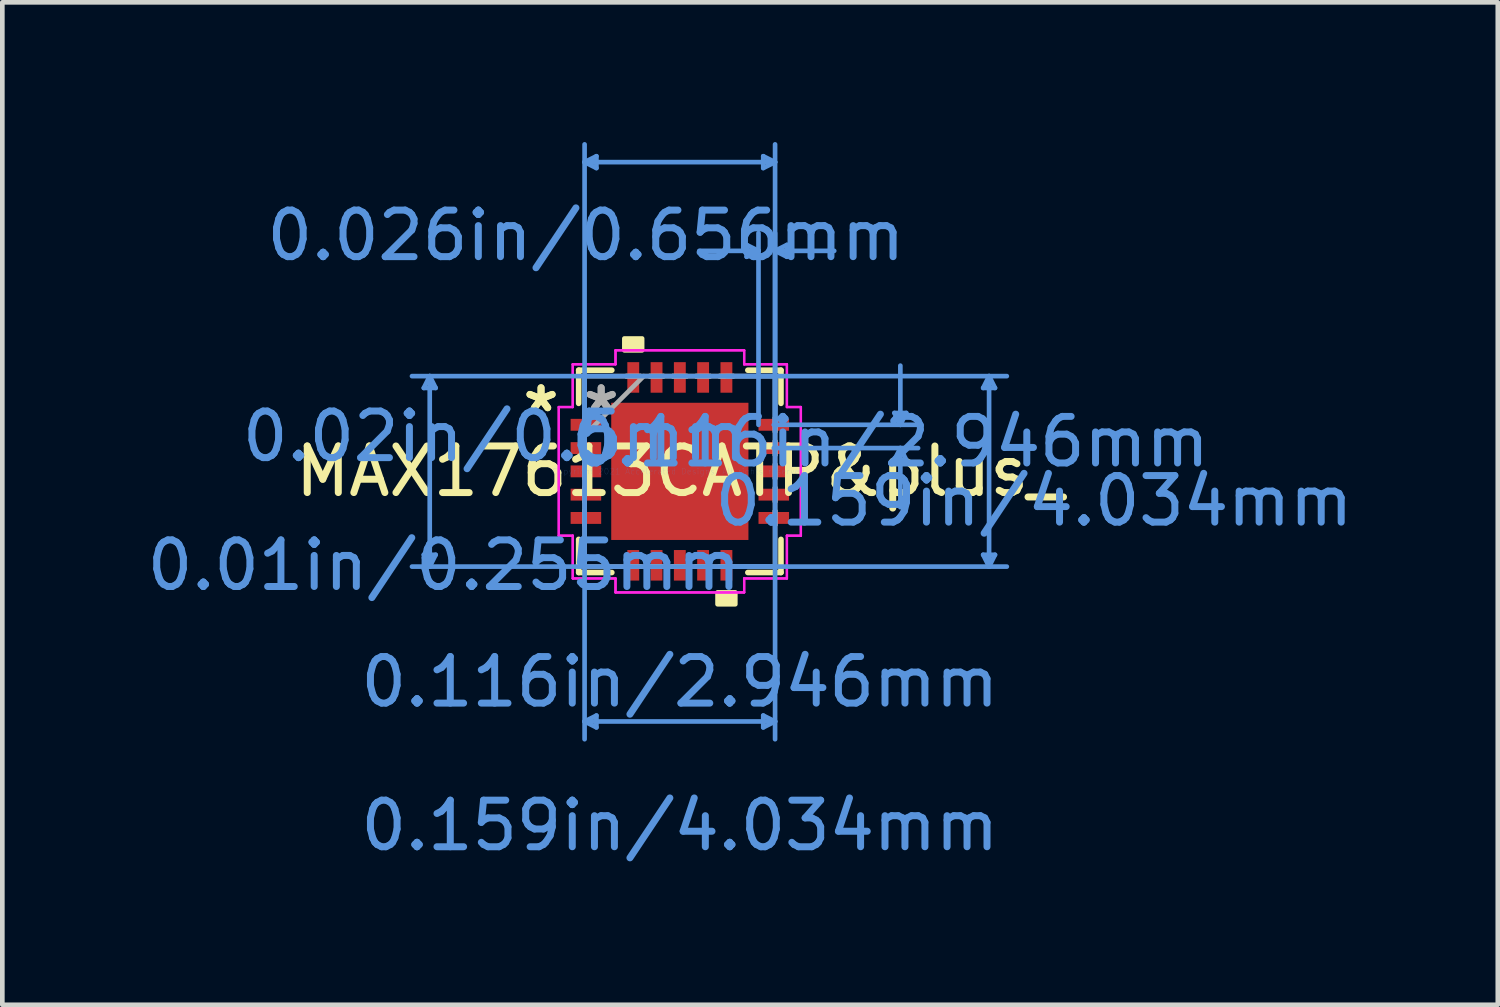
<source format=kicad_pcb>
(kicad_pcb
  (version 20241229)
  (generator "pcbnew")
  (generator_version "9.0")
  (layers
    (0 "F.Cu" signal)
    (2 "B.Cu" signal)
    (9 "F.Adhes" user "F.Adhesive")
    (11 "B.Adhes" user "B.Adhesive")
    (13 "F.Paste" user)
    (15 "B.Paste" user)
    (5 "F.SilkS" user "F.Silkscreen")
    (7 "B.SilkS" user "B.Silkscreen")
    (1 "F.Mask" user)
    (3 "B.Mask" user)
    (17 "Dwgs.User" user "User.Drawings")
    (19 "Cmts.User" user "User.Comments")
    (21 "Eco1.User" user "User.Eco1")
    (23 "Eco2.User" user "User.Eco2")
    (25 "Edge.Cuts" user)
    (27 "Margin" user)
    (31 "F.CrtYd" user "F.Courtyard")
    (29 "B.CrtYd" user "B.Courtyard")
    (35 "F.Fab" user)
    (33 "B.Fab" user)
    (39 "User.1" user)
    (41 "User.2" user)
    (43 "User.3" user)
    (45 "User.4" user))
  (footprint "MAX17613CATP&plus_"
    (layer "F.Cu")
    (at 11.547 7.071)
    (property "Reference" "MAX17613CATP&plus_" (at 0 0 0) (layer "F.SilkS") (effects (font (size 1 1) (thickness 0.15))))
    (attr through_hole)
    (fp_line (start -2.172 -2.172) (end -2.172 -1.46) (stroke (width 0.12) (type solid)) (layer "F.SilkS"))
    (fp_line (start -2.172 1.46) (end -2.172 2.172) (stroke (width 0.12) (type solid)) (layer "F.SilkS"))
    (fp_line (start -2.172 2.172) (end -1.46 2.172) (stroke (width 0.12) (type solid)) (layer "F.SilkS"))
    (fp_line (start -1.46 -2.172) (end -2.172 -2.172) (stroke (width 0.12) (type solid)) (layer "F.SilkS"))
    (fp_line (start 1.46 2.172) (end 2.172 2.172) (stroke (width 0.12) (type solid)) (layer "F.SilkS"))
    (fp_line (start 2.172 -2.172) (end 1.46 -2.172) (stroke (width 0.12) (type solid)) (layer "F.SilkS"))
    (fp_line (start 2.172 -1.46) (end 2.172 -2.172) (stroke (width 0.12) (type solid)) (layer "F.SilkS"))
    (fp_line (start 2.172 2.172) (end 2.172 1.46) (stroke (width 0.12) (type solid)) (layer "F.SilkS"))
    (fp_poly (pts (xy -1.191 -2.599) (xy -1.191 -2.853) (xy -0.81 -2.853) (xy -0.81 -2.599)) (stroke (width 0.1) (type solid)) (fill yes) (layer "F.SilkS"))
    (fp_poly (pts (xy 0.81 2.599) (xy 0.81 2.853) (xy 1.191 2.853) (xy 1.191 2.599)) (stroke (width 0.1) (type solid)) (fill yes) (layer "F.SilkS"))
    (fp_poly (pts (xy -1.373 -1.373) (xy -1.373 -0.1) (xy -0.1 -0.1) (xy -0.1 -1.373)) (stroke (width 0.1) (type solid)) (fill yes) (layer "F.Paste"))
    (fp_poly (pts (xy -1.373 0.1) (xy -1.373 1.373) (xy -0.1 1.373) (xy -0.1 0.1)) (stroke (width 0.1) (type solid)) (fill yes) (layer "F.Paste"))
    (fp_poly (pts (xy 0.1 -1.373) (xy 0.1 -0.1) (xy 1.373 -0.1) (xy 1.373 -1.373)) (stroke (width 0.1) (type solid)) (fill yes) (layer "F.Paste"))
    (fp_poly (pts (xy 0.1 0.1) (xy 0.1 1.373) (xy 1.373 1.373) (xy 1.373 0.1)) (stroke (width 0.1) (type solid)) (fill yes) (layer "F.Paste"))
    (fp_line (start -5.497 -1.791) (end -5.243 -1.791) (stroke (width 0.1) (type solid)) (layer "Cmts.User"))
    (fp_line (start -5.497 1.791) (end -5.243 1.791) (stroke (width 0.1) (type solid)) (layer "Cmts.User"))
    (fp_line (start -5.37 -2.045) (end -5.497 -1.791) (stroke (width 0.1) (type solid)) (layer "Cmts.User"))
    (fp_line (start -5.37 -2.045) (end -5.37 2.045) (stroke (width 0.1) (type solid)) (layer "Cmts.User"))
    (fp_line (start -5.37 -2.045) (end -5.243 -1.791) (stroke (width 0.1) (type solid)) (layer "Cmts.User"))
    (fp_line (start -5.37 2.045) (end -5.497 1.791) (stroke (width 0.1) (type solid)) (layer "Cmts.User"))
    (fp_line (start -5.37 2.045) (end -5.243 1.791) (stroke (width 0.1) (type solid)) (layer "Cmts.User"))
    (fp_line (start -2.045 -6.64) (end -1.791 -6.767) (stroke (width 0.1) (type solid)) (layer "Cmts.User"))
    (fp_line (start -2.045 -6.64) (end -1.791 -6.513) (stroke (width 0.1) (type solid)) (layer "Cmts.User"))
    (fp_line (start -2.045 -6.64) (end 2.045 -6.64) (stroke (width 0.1) (type solid)) (layer "Cmts.User"))
    (fp_line (start -2.045 -2.045) (end -2.045 5.751) (stroke (width 0.1) (type solid)) (layer "Cmts.User"))
    (fp_line (start -2.045 -1) (end -2.045 -7.021) (stroke (width 0.1) (type solid)) (layer "Cmts.User"))
    (fp_line (start -2.045 5.37) (end -1.791 5.243) (stroke (width 0.1) (type solid)) (layer "Cmts.User"))
    (fp_line (start -2.045 5.37) (end -1.791 5.497) (stroke (width 0.1) (type solid)) (layer "Cmts.User"))
    (fp_line (start -2.045 5.37) (end 2.045 5.37) (stroke (width 0.1) (type solid)) (layer "Cmts.User"))
    (fp_line (start -1.791 -6.767) (end -1.791 -6.513) (stroke (width 0.1) (type solid)) (layer "Cmts.User"))
    (fp_line (start -1.791 5.243) (end -1.791 5.497) (stroke (width 0.1) (type solid)) (layer "Cmts.User"))
    (fp_line (start 1 -2.045) (end 7.021 -2.045) (stroke (width 0.1) (type solid)) (layer "Cmts.User"))
    (fp_line (start 1 2.045) (end 7.021 2.045) (stroke (width 0.1) (type solid)) (layer "Cmts.User"))
    (fp_line (start 1.435 -4.862) (end 1.435 -4.608) (stroke (width 0.1) (type solid)) (layer "Cmts.User"))
    (fp_line (start 1.689 -4.735) (end 0.419 -4.735) (stroke (width 0.1) (type solid)) (layer "Cmts.User"))
    (fp_line (start 1.689 -4.735) (end 1.435 -4.862) (stroke (width 0.1) (type solid)) (layer "Cmts.User"))
    (fp_line (start 1.689 -4.735) (end 1.435 -4.608) (stroke (width 0.1) (type solid)) (layer "Cmts.User"))
    (fp_line (start 1.689 -1) (end 1.689 -5.116) (stroke (width 0.1) (type solid)) (layer "Cmts.User"))
    (fp_line (start 1.791 -6.767) (end 1.791 -6.513) (stroke (width 0.1) (type solid)) (layer "Cmts.User"))
    (fp_line (start 1.791 5.243) (end 1.791 5.497) (stroke (width 0.1) (type solid)) (layer "Cmts.User"))
    (fp_line (start 2.017 -1) (end 5.116 -1) (stroke (width 0.1) (type solid)) (layer "Cmts.User"))
    (fp_line (start 2.017 -0.5) (end 5.116 -0.5) (stroke (width 0.1) (type solid)) (layer "Cmts.User"))
    (fp_line (start 2.045 -6.64) (end 1.791 -6.767) (stroke (width 0.1) (type solid)) (layer "Cmts.User"))
    (fp_line (start 2.045 -6.64) (end 1.791 -6.513) (stroke (width 0.1) (type solid)) (layer "Cmts.User"))
    (fp_line (start 2.045 -4.735) (end 2.299 -4.862) (stroke (width 0.1) (type solid)) (layer "Cmts.User"))
    (fp_line (start 2.045 -4.735) (end 2.299 -4.608) (stroke (width 0.1) (type solid)) (layer "Cmts.User"))
    (fp_line (start 2.045 -4.735) (end 3.315 -4.735) (stroke (width 0.1) (type solid)) (layer "Cmts.User"))
    (fp_line (start 2.045 -2.045) (end -5.751 -2.045) (stroke (width 0.1) (type solid)) (layer "Cmts.User"))
    (fp_line (start 2.045 -2.045) (end 2.045 5.751) (stroke (width 0.1) (type solid)) (layer "Cmts.User"))
    (fp_line (start 2.045 -1) (end 2.045 -7.021) (stroke (width 0.1) (type solid)) (layer "Cmts.User"))
    (fp_line (start 2.045 -1) (end 2.045 -5.116) (stroke (width 0.1) (type solid)) (layer "Cmts.User"))
    (fp_line (start 2.045 2.045) (end -5.751 2.045) (stroke (width 0.1) (type solid)) (layer "Cmts.User"))
    (fp_line (start 2.045 5.37) (end 1.791 5.243) (stroke (width 0.1) (type solid)) (layer "Cmts.User"))
    (fp_line (start 2.045 5.37) (end 1.791 5.497) (stroke (width 0.1) (type solid)) (layer "Cmts.User"))
    (fp_line (start 2.299 -4.862) (end 2.299 -4.608) (stroke (width 0.1) (type solid)) (layer "Cmts.User"))
    (fp_line (start 4.608 -1.254) (end 4.862 -1.254) (stroke (width 0.1) (type solid)) (layer "Cmts.User"))
    (fp_line (start 4.608 -0.246) (end 4.862 -0.246) (stroke (width 0.1) (type solid)) (layer "Cmts.User"))
    (fp_line (start 4.735 -1) (end 4.608 -1.254) (stroke (width 0.1) (type solid)) (layer "Cmts.User"))
    (fp_line (start 4.735 -1) (end 4.735 -2.27) (stroke (width 0.1) (type solid)) (layer "Cmts.User"))
    (fp_line (start 4.735 -1) (end 4.862 -1.254) (stroke (width 0.1) (type solid)) (layer "Cmts.User"))
    (fp_line (start 4.735 -0.5) (end 4.608 -0.246) (stroke (width 0.1) (type solid)) (layer "Cmts.User"))
    (fp_line (start 4.735 -0.5) (end 4.735 0.77) (stroke (width 0.1) (type solid)) (layer "Cmts.User"))
    (fp_line (start 4.735 -0.5) (end 4.862 -0.246) (stroke (width 0.1) (type solid)) (layer "Cmts.User"))
    (fp_line (start 6.513 -1.791) (end 6.767 -1.791) (stroke (width 0.1) (type solid)) (layer "Cmts.User"))
    (fp_line (start 6.513 1.791) (end 6.767 1.791) (stroke (width 0.1) (type solid)) (layer "Cmts.User"))
    (fp_line (start 6.64 -2.045) (end 6.513 -1.791) (stroke (width 0.1) (type solid)) (layer "Cmts.User"))
    (fp_line (start 6.64 -2.045) (end 6.64 2.045) (stroke (width 0.1) (type solid)) (layer "Cmts.User"))
    (fp_line (start 6.64 -2.045) (end 6.767 -1.791) (stroke (width 0.1) (type solid)) (layer "Cmts.User"))
    (fp_line (start 6.64 2.045) (end 6.513 1.791) (stroke (width 0.1) (type solid)) (layer "Cmts.User"))
    (fp_line (start 6.64 2.045) (end 6.767 1.791) (stroke (width 0.1) (type solid)) (layer "Cmts.User"))
    (fp_line (start -2.599 -1.381) (end -2.299 -1.381) (stroke (width 0.05) (type solid)) (layer "F.CrtYd"))
    (fp_line (start -2.599 -1.381) (end -2.299 -1.381) (stroke (width 0.05) (type solid)) (layer "F.CrtYd"))
    (fp_line (start -2.599 1.381) (end -2.599 -1.381) (stroke (width 0.05) (type solid)) (layer "F.CrtYd"))
    (fp_line (start -2.599 1.381) (end -2.599 -1.381) (stroke (width 0.05) (type solid)) (layer "F.CrtYd"))
    (fp_line (start -2.299 -2.299) (end -1.381 -2.299) (stroke (width 0.05) (type solid)) (layer "F.CrtYd"))
    (fp_line (start -2.299 -2.299) (end -1.381 -2.299) (stroke (width 0.05) (type solid)) (layer "F.CrtYd"))
    (fp_line (start -2.299 -1.381) (end -2.299 -2.299) (stroke (width 0.05) (type solid)) (layer "F.CrtYd"))
    (fp_line (start -2.299 -1.381) (end -2.299 -2.299) (stroke (width 0.05) (type solid)) (layer "F.CrtYd"))
    (fp_line (start -2.299 1.381) (end -2.599 1.381) (stroke (width 0.05) (type solid)) (layer "F.CrtYd"))
    (fp_line (start -2.299 1.381) (end -2.599 1.381) (stroke (width 0.05) (type solid)) (layer "F.CrtYd"))
    (fp_line (start -2.299 2.299) (end -2.299 1.381) (stroke (width 0.05) (type solid)) (layer "F.CrtYd"))
    (fp_line (start -2.299 2.299) (end -2.299 1.381) (stroke (width 0.05) (type solid)) (layer "F.CrtYd"))
    (fp_line (start -1.381 -2.599) (end 1.381 -2.599) (stroke (width 0.05) (type solid)) (layer "F.CrtYd"))
    (fp_line (start -1.381 -2.599) (end 1.381 -2.599) (stroke (width 0.05) (type solid)) (layer "F.CrtYd"))
    (fp_line (start -1.381 -2.299) (end -1.381 -2.599) (stroke (width 0.05) (type solid)) (layer "F.CrtYd"))
    (fp_line (start -1.381 -2.299) (end -1.381 -2.599) (stroke (width 0.05) (type solid)) (layer "F.CrtYd"))
    (fp_line (start -1.381 2.299) (end -2.299 2.299) (stroke (width 0.05) (type solid)) (layer "F.CrtYd"))
    (fp_line (start -1.381 2.299) (end -2.299 2.299) (stroke (width 0.05) (type solid)) (layer "F.CrtYd"))
    (fp_line (start -1.381 2.599) (end -1.381 2.299) (stroke (width 0.05) (type solid)) (layer "F.CrtYd"))
    (fp_line (start -1.381 2.599) (end -1.381 2.299) (stroke (width 0.05) (type solid)) (layer "F.CrtYd"))
    (fp_line (start 1.381 -2.599) (end 1.381 -2.299) (stroke (width 0.05) (type solid)) (layer "F.CrtYd"))
    (fp_line (start 1.381 -2.599) (end 1.381 -2.299) (stroke (width 0.05) (type solid)) (layer "F.CrtYd"))
    (fp_line (start 1.381 -2.299) (end 2.299 -2.299) (stroke (width 0.05) (type solid)) (layer "F.CrtYd"))
    (fp_line (start 1.381 -2.299) (end 2.299 -2.299) (stroke (width 0.05) (type solid)) (layer "F.CrtYd"))
    (fp_line (start 1.381 2.299) (end 1.381 2.599) (stroke (width 0.05) (type solid)) (layer "F.CrtYd"))
    (fp_line (start 1.381 2.299) (end 1.381 2.599) (stroke (width 0.05) (type solid)) (layer "F.CrtYd"))
    (fp_line (start 1.381 2.599) (end -1.381 2.599) (stroke (width 0.05) (type solid)) (layer "F.CrtYd"))
    (fp_line (start 1.381 2.599) (end -1.381 2.599) (stroke (width 0.05) (type solid)) (layer "F.CrtYd"))
    (fp_line (start 2.299 -2.299) (end 2.299 -1.381) (stroke (width 0.05) (type solid)) (layer "F.CrtYd"))
    (fp_line (start 2.299 -2.299) (end 2.299 -1.381) (stroke (width 0.05) (type solid)) (layer "F.CrtYd"))
    (fp_line (start 2.299 -1.381) (end 2.599 -1.381) (stroke (width 0.05) (type solid)) (layer "F.CrtYd"))
    (fp_line (start 2.299 -1.381) (end 2.599 -1.381) (stroke (width 0.05) (type solid)) (layer "F.CrtYd"))
    (fp_line (start 2.299 1.381) (end 2.299 2.299) (stroke (width 0.05) (type solid)) (layer "F.CrtYd"))
    (fp_line (start 2.299 1.381) (end 2.299 2.299) (stroke (width 0.05) (type solid)) (layer "F.CrtYd"))
    (fp_line (start 2.299 2.299) (end 1.381 2.299) (stroke (width 0.05) (type solid)) (layer "F.CrtYd"))
    (fp_line (start 2.299 2.299) (end 1.381 2.299) (stroke (width 0.05) (type solid)) (layer "F.CrtYd"))
    (fp_line (start 2.599 -1.381) (end 2.599 1.381) (stroke (width 0.05) (type solid)) (layer "F.CrtYd"))
    (fp_line (start 2.599 -1.381) (end 2.599 1.381) (stroke (width 0.05) (type solid)) (layer "F.CrtYd"))
    (fp_line (start 2.599 1.381) (end 2.299 1.381) (stroke (width 0.05) (type solid)) (layer "F.CrtYd"))
    (fp_line (start 2.599 1.381) (end 2.299 1.381) (stroke (width 0.05) (type solid)) (layer "F.CrtYd"))
    (fp_line (start -2.045 -2.045) (end -2.045 -2.045) (stroke (width 0.1) (type solid)) (layer "F.Fab"))
    (fp_line (start -2.045 -2.045) (end -2.045 2.045) (stroke (width 0.1) (type solid)) (layer "F.Fab"))
    (fp_line (start -2.045 -1.152) (end -2.045 -1.152) (stroke (width 0.1) (type solid)) (layer "F.Fab"))
    (fp_line (start -2.045 -1.152) (end -2.045 -0.848) (stroke (width 0.1) (type solid)) (layer "F.Fab"))
    (fp_line (start -2.045 -0.848) (end -2.045 -1.152) (stroke (width 0.1) (type solid)) (layer "F.Fab"))
    (fp_line (start -2.045 -0.848) (end -2.045 -0.848) (stroke (width 0.1) (type solid)) (layer "F.Fab"))
    (fp_line (start -2.045 -0.775) (end -0.775 -2.045) (stroke (width 0.1) (type solid)) (layer "F.Fab"))
    (fp_line (start -2.045 -0.652) (end -2.045 -0.652) (stroke (width 0.1) (type solid)) (layer "F.Fab"))
    (fp_line (start -2.045 -0.652) (end -2.045 -0.348) (stroke (width 0.1) (type solid)) (layer "F.Fab"))
    (fp_line (start -2.045 -0.348) (end -2.045 -0.652) (stroke (width 0.1) (type solid)) (layer "F.Fab"))
    (fp_line (start -2.045 -0.348) (end -2.045 -0.348) (stroke (width 0.1) (type solid)) (layer "F.Fab"))
    (fp_line (start -2.045 -0.152) (end -2.045 -0.152) (stroke (width 0.1) (type solid)) (layer "F.Fab"))
    (fp_line (start -2.045 -0.152) (end -2.045 0.152) (stroke (width 0.1) (type solid)) (layer "F.Fab"))
    (fp_line (start -2.045 0.152) (end -2.045 -0.152) (stroke (width 0.1) (type solid)) (layer "F.Fab"))
    (fp_line (start -2.045 0.152) (end -2.045 0.152) (stroke (width 0.1) (type solid)) (layer "F.Fab"))
    (fp_line (start -2.045 0.348) (end -2.045 0.348) (stroke (width 0.1) (type solid)) (layer "F.Fab"))
    (fp_line (start -2.045 0.348) (end -2.045 0.652) (stroke (width 0.1) (type solid)) (layer "F.Fab"))
    (fp_line (start -2.045 0.652) (end -2.045 0.348) (stroke (width 0.1) (type solid)) (layer "F.Fab"))
    (fp_line (start -2.045 0.652) (end -2.045 0.652) (stroke (width 0.1) (type solid)) (layer "F.Fab"))
    (fp_line (start -2.045 0.848) (end -2.045 0.848) (stroke (width 0.1) (type solid)) (layer "F.Fab"))
    (fp_line (start -2.045 0.848) (end -2.045 1.152) (stroke (width 0.1) (type solid)) (layer "F.Fab"))
    (fp_line (start -2.045 1.152) (end -2.045 0.848) (stroke (width 0.1) (type solid)) (layer "F.Fab"))
    (fp_line (start -2.045 1.152) (end -2.045 1.152) (stroke (width 0.1) (type solid)) (layer "F.Fab"))
    (fp_line (start -2.045 2.045) (end -2.045 2.045) (stroke (width 0.1) (type solid)) (layer "F.Fab"))
    (fp_line (start -2.045 2.045) (end 2.045 2.045) (stroke (width 0.1) (type solid)) (layer "F.Fab"))
    (fp_line (start -1.152 -2.045) (end -1.152 -2.045) (stroke (width 0.1) (type solid)) (layer "F.Fab"))
    (fp_line (start -1.152 -2.045) (end -0.848 -2.045) (stroke (width 0.1) (type solid)) (layer "F.Fab"))
    (fp_line (start -1.152 2.045) (end -1.152 2.045) (stroke (width 0.1) (type solid)) (layer "F.Fab"))
    (fp_line (start -1.152 2.045) (end -0.848 2.045) (stroke (width 0.1) (type solid)) (layer "F.Fab"))
    (fp_line (start -0.848 -2.045) (end -1.152 -2.045) (stroke (width 0.1) (type solid)) (layer "F.Fab"))
    (fp_line (start -0.848 -2.045) (end -0.848 -2.045) (stroke (width 0.1) (type solid)) (layer "F.Fab"))
    (fp_line (start -0.848 2.045) (end -1.152 2.045) (stroke (width 0.1) (type solid)) (layer "F.Fab"))
    (fp_line (start -0.848 2.045) (end -0.848 2.045) (stroke (width 0.1) (type solid)) (layer "F.Fab"))
    (fp_line (start -0.652 -2.045) (end -0.652 -2.045) (stroke (width 0.1) (type solid)) (layer "F.Fab"))
    (fp_line (start -0.652 -2.045) (end -0.348 -2.045) (stroke (width 0.1) (type solid)) (layer "F.Fab"))
    (fp_line (start -0.652 2.045) (end -0.652 2.045) (stroke (width 0.1) (type solid)) (layer "F.Fab"))
    (fp_line (start -0.652 2.045) (end -0.348 2.045) (stroke (width 0.1) (type solid)) (layer "F.Fab"))
    (fp_line (start -0.348 -2.045) (end -0.652 -2.045) (stroke (width 0.1) (type solid)) (layer "F.Fab"))
    (fp_line (start -0.348 -2.045) (end -0.348 -2.045) (stroke (width 0.1) (type solid)) (layer "F.Fab"))
    (fp_line (start -0.348 2.045) (end -0.652 2.045) (stroke (width 0.1) (type solid)) (layer "F.Fab"))
    (fp_line (start -0.348 2.045) (end -0.348 2.045) (stroke (width 0.1) (type solid)) (layer "F.Fab"))
    (fp_line (start -0.152 -2.045) (end -0.152 -2.045) (stroke (width 0.1) (type solid)) (layer "F.Fab"))
    (fp_line (start -0.152 -2.045) (end 0.152 -2.045) (stroke (width 0.1) (type solid)) (layer "F.Fab"))
    (fp_line (start -0.152 2.045) (end -0.152 2.045) (stroke (width 0.1) (type solid)) (layer "F.Fab"))
    (fp_line (start -0.152 2.045) (end 0.152 2.045) (stroke (width 0.1) (type solid)) (layer "F.Fab"))
    (fp_line (start 0.152 -2.045) (end -0.152 -2.045) (stroke (width 0.1) (type solid)) (layer "F.Fab"))
    (fp_line (start 0.152 -2.045) (end 0.152 -2.045) (stroke (width 0.1) (type solid)) (layer "F.Fab"))
    (fp_line (start 0.152 2.045) (end -0.152 2.045) (stroke (width 0.1) (type solid)) (layer "F.Fab"))
    (fp_line (start 0.152 2.045) (end 0.152 2.045) (stroke (width 0.1) (type solid)) (layer "F.Fab"))
    (fp_line (start 0.348 -2.045) (end 0.348 -2.045) (stroke (width 0.1) (type solid)) (layer "F.Fab"))
    (fp_line (start 0.348 -2.045) (end 0.652 -2.045) (stroke (width 0.1) (type solid)) (layer "F.Fab"))
    (fp_line (start 0.348 2.045) (end 0.348 2.045) (stroke (width 0.1) (type solid)) (layer "F.Fab"))
    (fp_line (start 0.348 2.045) (end 0.652 2.045) (stroke (width 0.1) (type solid)) (layer "F.Fab"))
    (fp_line (start 0.652 -2.045) (end 0.348 -2.045) (stroke (width 0.1) (type solid)) (layer "F.Fab"))
    (fp_line (start 0.652 -2.045) (end 0.652 -2.045) (stroke (width 0.1) (type solid)) (layer "F.Fab"))
    (fp_line (start 0.652 2.045) (end 0.348 2.045) (stroke (width 0.1) (type solid)) (layer "F.Fab"))
    (fp_line (start 0.652 2.045) (end 0.652 2.045) (stroke (width 0.1) (type solid)) (layer "F.Fab"))
    (fp_line (start 0.848 -2.045) (end 0.848 -2.045) (stroke (width 0.1) (type solid)) (layer "F.Fab"))
    (fp_line (start 0.848 -2.045) (end 1.152 -2.045) (stroke (width 0.1) (type solid)) (layer "F.Fab"))
    (fp_line (start 0.848 2.045) (end 0.848 2.045) (stroke (width 0.1) (type solid)) (layer "F.Fab"))
    (fp_line (start 0.848 2.045) (end 1.152 2.045) (stroke (width 0.1) (type solid)) (layer "F.Fab"))
    (fp_line (start 1.152 -2.045) (end 0.848 -2.045) (stroke (width 0.1) (type solid)) (layer "F.Fab"))
    (fp_line (start 1.152 -2.045) (end 1.152 -2.045) (stroke (width 0.1) (type solid)) (layer "F.Fab"))
    (fp_line (start 1.152 2.045) (end 0.848 2.045) (stroke (width 0.1) (type solid)) (layer "F.Fab"))
    (fp_line (start 1.152 2.045) (end 1.152 2.045) (stroke (width 0.1) (type solid)) (layer "F.Fab"))
    (fp_line (start 2.045 -2.045) (end -2.045 -2.045) (stroke (width 0.1) (type solid)) (layer "F.Fab"))
    (fp_line (start 2.045 -2.045) (end 2.045 -2.045) (stroke (width 0.1) (type solid)) (layer "F.Fab"))
    (fp_line (start 2.045 -1.152) (end 2.045 -1.152) (stroke (width 0.1) (type solid)) (layer "F.Fab"))
    (fp_line (start 2.045 -1.152) (end 2.045 -0.848) (stroke (width 0.1) (type solid)) (layer "F.Fab"))
    (fp_line (start 2.045 -0.848) (end 2.045 -1.152) (stroke (width 0.1) (type solid)) (layer "F.Fab"))
    (fp_line (start 2.045 -0.848) (end 2.045 -0.848) (stroke (width 0.1) (type solid)) (layer "F.Fab"))
    (fp_line (start 2.045 -0.652) (end 2.045 -0.652) (stroke (width 0.1) (type solid)) (layer "F.Fab"))
    (fp_line (start 2.045 -0.652) (end 2.045 -0.348) (stroke (width 0.1) (type solid)) (layer "F.Fab"))
    (fp_line (start 2.045 -0.348) (end 2.045 -0.652) (stroke (width 0.1) (type solid)) (layer "F.Fab"))
    (fp_line (start 2.045 -0.348) (end 2.045 -0.348) (stroke (width 0.1) (type solid)) (layer "F.Fab"))
    (fp_line (start 2.045 -0.152) (end 2.045 -0.152) (stroke (width 0.1) (type solid)) (layer "F.Fab"))
    (fp_line (start 2.045 -0.152) (end 2.045 0.152) (stroke (width 0.1) (type solid)) (layer "F.Fab"))
    (fp_line (start 2.045 0.152) (end 2.045 -0.152) (stroke (width 0.1) (type solid)) (layer "F.Fab"))
    (fp_line (start 2.045 0.152) (end 2.045 0.152) (stroke (width 0.1) (type solid)) (layer "F.Fab"))
    (fp_line (start 2.045 0.348) (end 2.045 0.348) (stroke (width 0.1) (type solid)) (layer "F.Fab"))
    (fp_line (start 2.045 0.348) (end 2.045 0.652) (stroke (width 0.1) (type solid)) (layer "F.Fab"))
    (fp_line (start 2.045 0.652) (end 2.045 0.348) (stroke (width 0.1) (type solid)) (layer "F.Fab"))
    (fp_line (start 2.045 0.652) (end 2.045 0.652) (stroke (width 0.1) (type solid)) (layer "F.Fab"))
    (fp_line (start 2.045 0.848) (end 2.045 0.848) (stroke (width 0.1) (type solid)) (layer "F.Fab"))
    (fp_line (start 2.045 0.848) (end 2.045 1.152) (stroke (width 0.1) (type solid)) (layer "F.Fab"))
    (fp_line (start 2.045 1.152) (end 2.045 0.848) (stroke (width 0.1) (type solid)) (layer "F.Fab"))
    (fp_line (start 2.045 1.152) (end 2.045 1.152) (stroke (width 0.1) (type solid)) (layer "F.Fab"))
    (fp_line (start 2.045 2.045) (end 2.045 -2.045) (stroke (width 0.1) (type solid)) (layer "F.Fab"))
    (fp_line (start 2.045 2.045) (end 2.045 2.045) (stroke (width 0.1) (type solid)) (layer "F.Fab"))
    (fp_text user "*" (at -2.98 -1.25 0) (layer "F.SilkS") (effects (font (size 1 1) (thickness 0.15))))
    (fp_text user "*" (at -2.98 -1.25 0) (layer "F.SilkS") (effects (font (size 1 1) (thickness 0.15))))
    (fp_text user "0.116in/2.946mm" (at 0 4.521 0) (layer "Cmts.User") (effects (font (size 1 1) (thickness 0.15))))
    (fp_text user "Copyright 2021 Accelerated Designs. All rights reserved." (at 0 0 0) (layer "Cmts.User") (effects (font (size 0.127 0.127) (thickness 0.002))))
    (fp_text user "0.116in/2.946mm" (at 4.521 -0.635 0) (layer "Cmts.User") (effects (font (size 1 1) (thickness 0.15))))
    (fp_text user "0.159in/4.034mm" (at 0 7.605 0) (layer "Cmts.User") (effects (font (size 1 1) (thickness 0.15))))
    (fp_text user "0.02in/0.5mm" (at -3.973 -0.75 0) (layer "Cmts.User") (effects (font (size 1 1) (thickness 0.15))))
    (fp_text user "0.026in/0.656mm" (at -2.017 -5.065 0) (layer "Cmts.User") (effects (font (size 1 1) (thickness 0.15))))
    (fp_text user "0.159in/4.034mm" (at 7.605 0.635 0) (layer "Cmts.User") (effects (font (size 1 1) (thickness 0.15))))
    (fp_text user "0.01in/0.255mm" (at -5.065 2.017 0) (layer "Cmts.User") (effects (font (size 1 1) (thickness 0.15))))
    (fp_text user "*" (at -1.689 -1.25 0) (layer "F.Fab") (effects (font (size 1 1) (thickness 0.15))))
    (fp_text user "*" (at -1.689 -1.25 0) (layer "F.Fab") (effects (font (size 1 1) (thickness 0.15))))
    (pad "1" smd rect (at -2.017 -1 90) (size 0.255 0.656) (layers "F.Cu" "F.Mask" "F.Paste"))
    (pad "2" smd rect (at -2.017 -0.5 90) (size 0.255 0.656) (layers "F.Cu" "F.Mask" "F.Paste"))
    (pad "3" smd rect (at -2.017 0 90) (size 0.255 0.656) (layers "F.Cu" "F.Mask" "F.Paste"))
    (pad "4" smd rect (at -2.017 0.5 90) (size 0.255 0.656) (layers "F.Cu" "F.Mask" "F.Paste"))
    (pad "5" smd rect (at -2.017 1 90) (size 0.255 0.656) (layers "F.Cu" "F.Mask" "F.Paste"))
    (pad "6" smd rect (at -1 2.017) (size 0.255 0.656) (layers "F.Cu" "F.Mask" "F.Paste"))
    (pad "7" smd rect (at -0.5 2.017) (size 0.255 0.656) (layers "F.Cu" "F.Mask" "F.Paste"))
    (pad "8" smd rect (at 0 2.017) (size 0.255 0.656) (layers "F.Cu" "F.Mask" "F.Paste"))
    (pad "9" smd rect (at 0.5 2.017) (size 0.255 0.656) (layers "F.Cu" "F.Mask" "F.Paste"))
    (pad "10" smd rect (at 1 2.017) (size 0.255 0.656) (layers "F.Cu" "F.Mask" "F.Paste"))
    (pad "11" smd rect (at 2.017 1 90) (size 0.255 0.656) (layers "F.Cu" "F.Mask" "F.Paste"))
    (pad "12" smd rect (at 2.017 0.5 90) (size 0.255 0.656) (layers "F.Cu" "F.Mask" "F.Paste"))
    (pad "13" smd rect (at 2.017 0 90) (size 0.255 0.656) (layers "F.Cu" "F.Mask" "F.Paste"))
    (pad "14" smd rect (at 2.017 -0.5 90) (size 0.255 0.656) (layers "F.Cu" "F.Mask" "F.Paste"))
    (pad "15" smd rect (at 2.017 -1 90) (size 0.255 0.656) (layers "F.Cu" "F.Mask" "F.Paste"))
    (pad "16" smd rect (at 1 -2.017) (size 0.255 0.656) (layers "F.Cu" "F.Mask" "F.Paste"))
    (pad "17" smd rect (at 0.5 -2.017) (size 0.255 0.656) (layers "F.Cu" "F.Mask" "F.Paste"))
    (pad "18" smd rect (at 0 -2.017) (size 0.255 0.656) (layers "F.Cu" "F.Mask" "F.Paste"))
    (pad "19" smd rect (at -0.5 -2.017) (size 0.255 0.656) (layers "F.Cu" "F.Mask" "F.Paste"))
    (pad "20" smd rect (at -1 -2.017) (size 0.255 0.656) (layers "F.Cu" "F.Mask" "F.Paste"))
    (pad "21" smd rect (at 0 0) (size 2.946 2.946) (layers "F.Cu" "F.Mask")))
  (gr_rect
    (start -3 -3)
    (end 29.11 18.524)
    (stroke (width 0.1) (type default))
    (fill no)
    (layer "Edge.Cuts")))
</source>
